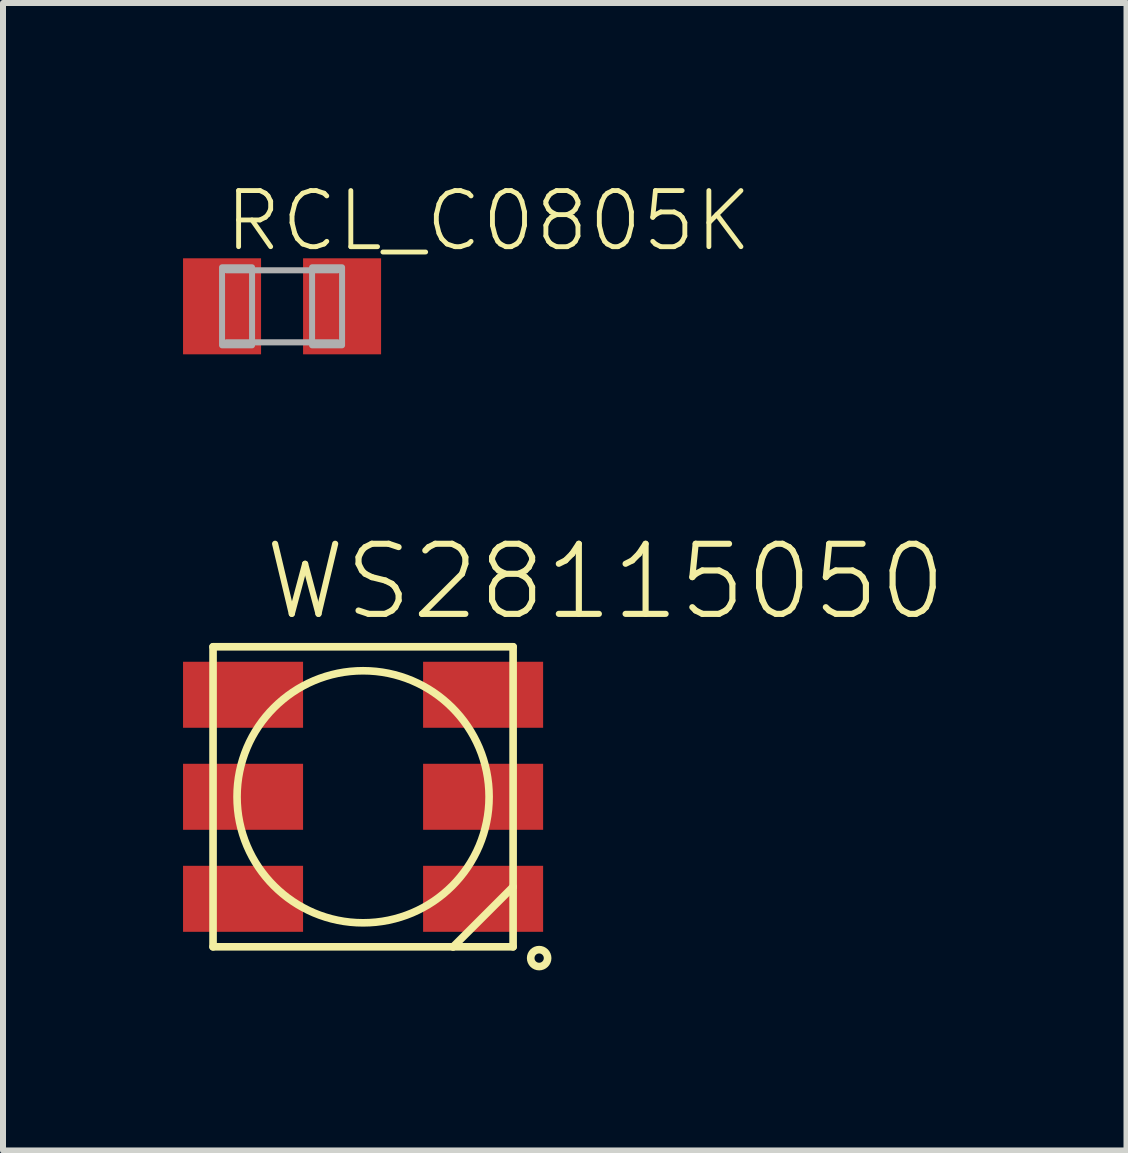
<source format=kicad_pcb>
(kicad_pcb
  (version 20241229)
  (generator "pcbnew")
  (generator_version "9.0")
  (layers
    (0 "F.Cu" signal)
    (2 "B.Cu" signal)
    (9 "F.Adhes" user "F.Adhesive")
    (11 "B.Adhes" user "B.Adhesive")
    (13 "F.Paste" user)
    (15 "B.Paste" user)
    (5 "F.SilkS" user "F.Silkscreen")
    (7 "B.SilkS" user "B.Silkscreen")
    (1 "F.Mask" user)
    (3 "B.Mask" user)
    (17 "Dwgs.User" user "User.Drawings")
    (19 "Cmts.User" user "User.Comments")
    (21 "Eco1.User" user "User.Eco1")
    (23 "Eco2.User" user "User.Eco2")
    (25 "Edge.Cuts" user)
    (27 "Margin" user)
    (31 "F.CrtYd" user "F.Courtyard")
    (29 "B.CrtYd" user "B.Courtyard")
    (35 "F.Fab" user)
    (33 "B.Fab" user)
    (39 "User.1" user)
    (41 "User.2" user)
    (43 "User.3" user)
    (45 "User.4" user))
  (footprint "RCL_C0805K"
    (layer "F.Cu")
    (at 1.65 2.054)
    (property "Reference" "RCL_C0805K" (at -1 -0.875 0) (unlocked yes) (layer "F.SilkS") (effects (font (size 0.935 0.935) (thickness 0.081)) (justify left bottom)))
    (fp_line (start -0.925 -0.6) (end 0.925 -0.6) (stroke (width 0.102) (type solid)) (layer "F.Fab"))
    (fp_line (start 0.925 0.6) (end -0.925 0.6) (stroke (width 0.102) (type solid)) (layer "F.Fab"))
    (fp_poly (pts (xy -1 0.65) (xy -0.5 0.65) (xy -0.5 -0.65) (xy -1 -0.65)) (stroke (width 0.1) (type default)) (fill no) (layer "F.Fab"))
    (fp_poly (pts (xy 0.5 0.65) (xy 1 0.65) (xy 1 -0.65) (xy 0.5 -0.65)) (stroke (width 0.1) (type default)) (fill no) (layer "F.Fab"))
    (pad "1" smd rect (at -1 0) (size 1.3 1.6) (layers "F.Cu" "F.Mask" "F.Paste"))
    (pad "2" smd rect (at 1 0) (size 1.3 1.6) (layers "F.Cu" "F.Mask" "F.Paste")))
  (footprint "WS28115050"
    (layer "F.Cu")
    (at 3 10.227)
    (property "Reference" "WS28115050" (at -1.7 -2.9 0) (unlocked yes) (layer "F.SilkS") (effects (font (size 1.168 1.168) (thickness 0.102)) (justify left bottom)))
    (fp_line (start -2.5 -2.5) (end 2.5 -2.5) (stroke (width 0.127) (type solid)) (layer "F.SilkS"))
    (fp_line (start -2.5 2.5) (end -2.5 -2.5) (stroke (width 0.127) (type solid)) (layer "F.SilkS"))
    (fp_line (start 1.5 2.5) (end -2.5 2.5) (stroke (width 0.127) (type solid)) (layer "F.SilkS"))
    (fp_line (start 1.5 2.5) (end 2.5 1.5) (stroke (width 0.127) (type solid)) (layer "F.SilkS"))
    (fp_line (start 2.5 -2.5) (end 2.5 1.5) (stroke (width 0.127) (type solid)) (layer "F.SilkS"))
    (fp_line (start 2.5 1.5) (end 2.5 2.5) (stroke (width 0.127) (type solid)) (layer "F.SilkS"))
    (fp_line (start 2.5 2.5) (end 1.5 2.5) (stroke (width 0.127) (type solid)) (layer "F.SilkS"))
    (fp_circle (center 0 0) (end 2.1 0) (stroke (width 0.127) (type solid)) (fill no) (layer "F.SilkS"))
    (fp_circle (center 2.934 2.688) (end 3.075 2.688) (stroke (width 0.127) (type solid)) (fill no) (layer "F.SilkS"))
    (pad "DI" smd rect (at 2 0) (size 2 1.1) (layers "F.Cu" "F.Mask" "F.Paste"))
    (pad "DO" smd rect (at 2 1.7) (size 2 1.1) (layers "F.Cu" "F.Mask" "F.Paste"))
    (pad "LEDVDD" smd rect (at -2 0) (size 2 1.1) (layers "F.Cu" "F.Mask" "F.Paste"))
    (pad "NC" smd rect (at -2 -1.7) (size 2 1.1) (layers "F.Cu" "F.Mask" "F.Paste"))
    (pad "VDD" smd rect (at 2 -1.7) (size 2 1.1) (layers "F.Cu" "F.Mask" "F.Paste"))
    (pad "VSS" smd rect (at -2 1.7) (size 2 1.1) (layers "F.Cu" "F.Mask" "F.Paste")))
  (gr_rect
    (start -3 -3)
    (end 15.721 16.12)
    (stroke (width 0.1) (type default))
    (fill no)
    (layer "Edge.Cuts")))
</source>
